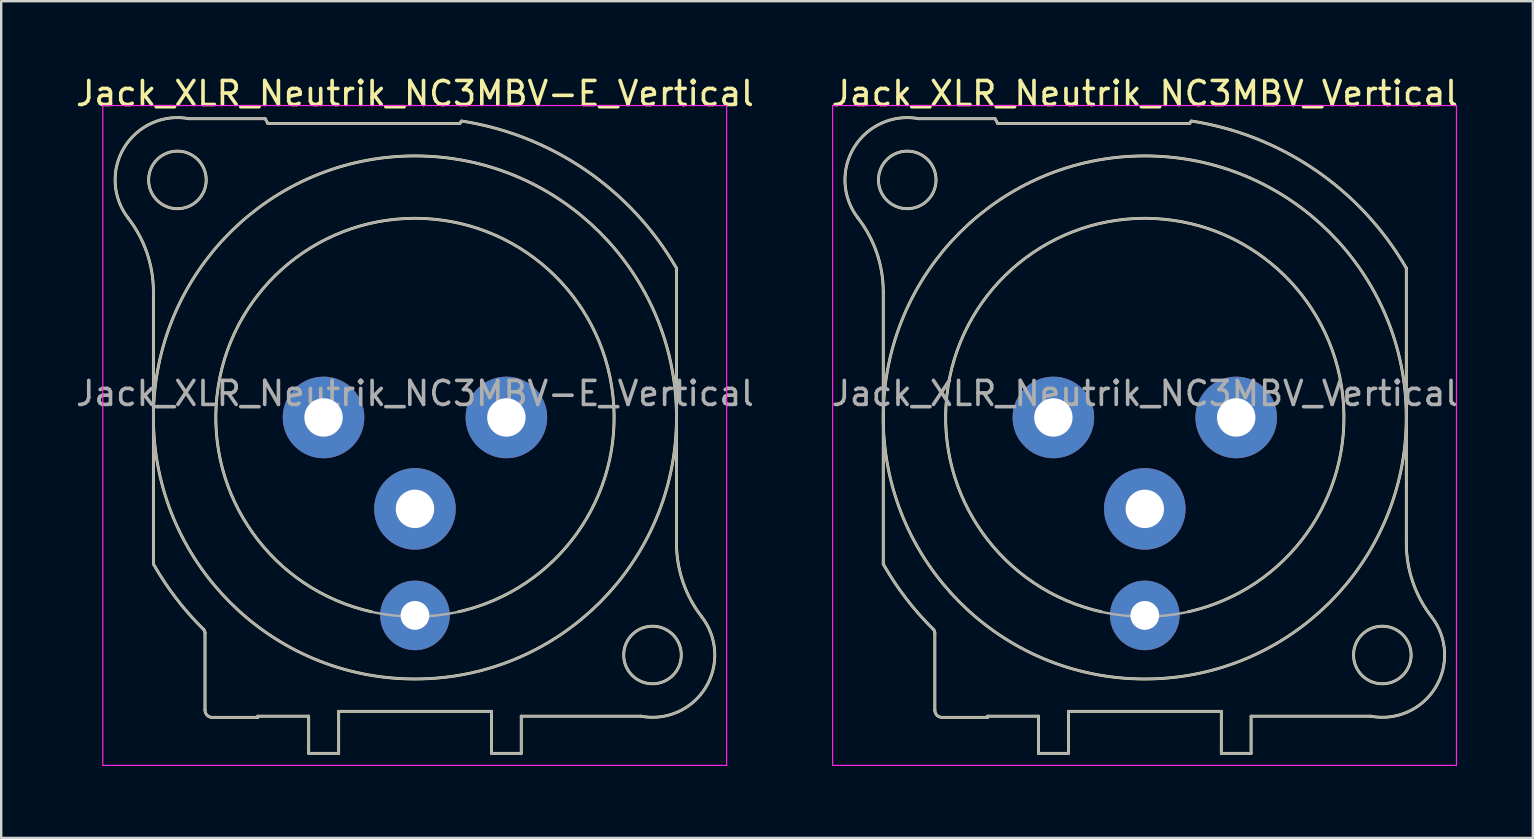
<source format=kicad_pcb>
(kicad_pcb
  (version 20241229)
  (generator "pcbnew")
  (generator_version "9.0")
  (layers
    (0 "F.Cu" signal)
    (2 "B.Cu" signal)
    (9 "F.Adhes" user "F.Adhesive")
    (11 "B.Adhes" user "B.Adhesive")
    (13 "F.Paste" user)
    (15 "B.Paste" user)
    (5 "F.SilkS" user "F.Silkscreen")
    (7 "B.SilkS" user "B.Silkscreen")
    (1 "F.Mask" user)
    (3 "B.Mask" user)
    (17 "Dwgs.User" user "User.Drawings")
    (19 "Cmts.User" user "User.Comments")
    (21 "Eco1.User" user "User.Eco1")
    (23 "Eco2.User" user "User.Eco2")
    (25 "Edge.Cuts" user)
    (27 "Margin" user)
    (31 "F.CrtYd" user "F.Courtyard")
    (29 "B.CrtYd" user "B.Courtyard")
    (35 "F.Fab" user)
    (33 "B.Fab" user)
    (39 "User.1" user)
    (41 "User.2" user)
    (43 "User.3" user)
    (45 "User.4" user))
  (footprint "Jack_XLR_Neutrik_NC3MBV_Vertical"
    (layer "F.Cu")
    (at 40.851 14.348)
    (property "Reference" "Jack_XLR_Neutrik_NC3MBV_Vertical" (at 3.81 -13.5 0) (layer "F.SilkS") (effects (font (size 1 1) (thickness 0.15))))
    (attr through_hole)
    (fp_line (start -7.09 -5.24) (end -7.09 6.11) (stroke (width 0.12) (type solid)) (layer "F.SilkS"))
    (fp_line (start -4.94 12.2) (end -4.94 8.98) (stroke (width 0.12) (type solid)) (layer "F.SilkS"))
    (fp_line (start -4.64 12.5) (end -2.74 12.5) (stroke (width 0.12) (type solid)) (layer "F.SilkS"))
    (fp_line (start -2.74 12.45) (end -0.62 12.45) (stroke (width 0.12) (type solid)) (layer "F.SilkS"))
    (fp_line (start -2.74 12.5) (end -2.74 12.45) (stroke (width 0.12) (type solid)) (layer "F.SilkS"))
    (fp_line (start -2.43 -12.45) (end -5.6 -12.45) (stroke (width 0.12) (type solid)) (layer "F.SilkS"))
    (fp_line (start -2.32 -12.25) (end -2.43 -12.45) (stroke (width 0.12) (type solid)) (layer "F.SilkS"))
    (fp_line (start -0.62 12.45) (end -0.62 14) (stroke (width 0.12) (type solid)) (layer "F.SilkS"))
    (fp_line (start 0.63 12.25) (end 0.63 14) (stroke (width 0.12) (type solid)) (layer "F.SilkS"))
    (fp_line (start 0.63 12.25) (end 7 12.25) (stroke (width 0.12) (type solid)) (layer "F.SilkS"))
    (fp_line (start 0.63 14) (end -0.62 14) (stroke (width 0.12) (type solid)) (layer "F.SilkS"))
    (fp_line (start 5.68 -12.25) (end -2.32 -12.25) (stroke (width 0.12) (type solid)) (layer "F.SilkS"))
    (fp_line (start 5.74 -12.35) (end 5.68 -12.25) (stroke (width 0.12) (type solid)) (layer "F.SilkS"))
    (fp_line (start 7 12.25) (end 7 14) (stroke (width 0.12) (type solid)) (layer "F.SilkS"))
    (fp_line (start 8.24 12.45) (end 8.24 14) (stroke (width 0.12) (type solid)) (layer "F.SilkS"))
    (fp_line (start 8.24 12.45) (end 13.22 12.45) (stroke (width 0.12) (type solid)) (layer "F.SilkS"))
    (fp_line (start 8.24 14) (end 7 14) (stroke (width 0.12) (type solid)) (layer "F.SilkS"))
    (fp_line (start 14.71 5.24) (end 14.71 -6.22) (stroke (width 0.12) (type solid)) (layer "F.SilkS"))
    (fp_arc (start -8.14458 -8.311426) (mid -7.360989 -6.863715) (end -7.09 -5.24) (stroke (width 0.12) (type solid)) (layer "F.SilkS"))
    (fp_arc (start -8.141124 -8.307677) (mid -8.303366 -11.257798) (end -5.6 -12.45) (stroke (width 0.12) (type solid)) (layer "F.SilkS"))
    (fp_arc (start -4.999944 8.832139) (mid -4.954594 8.899835) (end -4.94 8.98) (stroke (width 0.12) (type solid)) (layer "F.SilkS"))
    (fp_arc (start -4.999718 8.833849) (mid -6.1389 7.544091) (end -7.09 6.11) (stroke (width 0.12) (type solid)) (layer "F.SilkS"))
    (fp_arc (start -4.64 12.5) (mid -4.852132 12.412132) (end -4.94 12.2) (stroke (width 0.12) (type solid)) (layer "F.SilkS"))
    (fp_arc (start 2 8.1) (mid 3.809449 -8.299765) (end 5.621075 8.09976) (stroke (width 0.12) (type solid)) (layer "F.SilkS"))
    (fp_arc (start 5.753207 -12.354269) (mid 10.928439 -10.304601) (end 14.71 -6.22) (stroke (width 0.12) (type solid)) (layer "F.SilkS"))
    (fp_arc (start 15.761124 8.307677) (mid 15.923366 11.257798) (end 13.22 12.45) (stroke (width 0.12) (type solid)) (layer "F.SilkS"))
    (fp_arc (start 15.76458 8.311426) (mid 14.980989 6.863715) (end 14.71 5.24) (stroke (width 0.12) (type solid)) (layer "F.SilkS"))
    (fp_circle (center -6.09 -9.9) (end -4.89 -9.9) (stroke (width 0.12) (type solid)) (fill no) (layer "F.SilkS"))
    (fp_circle (center 3.81 0) (end 14.71 0) (stroke (width 0.12) (type solid)) (fill no) (layer "F.SilkS"))
    (fp_circle (center 13.71 9.9) (end 14.91 9.9) (stroke (width 0.12) (type solid)) (fill no) (layer "F.SilkS"))
    (fp_line (start -9.2 -13) (end 16.8 -13) (stroke (width 0.05) (type solid)) (layer "F.CrtYd"))
    (fp_line (start -9.2 14.5) (end -9.2 -13) (stroke (width 0.05) (type solid)) (layer "F.CrtYd"))
    (fp_line (start 16.8 -13) (end 16.8 14.5) (stroke (width 0.05) (type solid)) (layer "F.CrtYd"))
    (fp_line (start 16.8 14.5) (end -9.2 14.5) (stroke (width 0.05) (type solid)) (layer "F.CrtYd"))
    (fp_line (start -7.09 -5.24) (end -7.09 6.11) (stroke (width 0.1) (type solid)) (layer "F.Fab"))
    (fp_line (start -4.94 12.2) (end -4.94 8.98) (stroke (width 0.1) (type solid)) (layer "F.Fab"))
    (fp_line (start -4.64 12.5) (end -2.74 12.5) (stroke (width 0.1) (type solid)) (layer "F.Fab"))
    (fp_line (start -2.74 12.45) (end -0.62 12.45) (stroke (width 0.1) (type solid)) (layer "F.Fab"))
    (fp_line (start -2.74 12.5) (end -2.74 12.45) (stroke (width 0.1) (type solid)) (layer "F.Fab"))
    (fp_line (start -2.43 -12.45) (end -5.6 -12.45) (stroke (width 0.1) (type solid)) (layer "F.Fab"))
    (fp_line (start -2.32 -12.25) (end -2.43 -12.45) (stroke (width 0.1) (type solid)) (layer "F.Fab"))
    (fp_line (start -0.62 12.45) (end -0.62 14) (stroke (width 0.1) (type solid)) (layer "F.Fab"))
    (fp_line (start 0.63 12.25) (end 0.63 14) (stroke (width 0.1) (type solid)) (layer "F.Fab"))
    (fp_line (start 0.63 12.25) (end 7 12.25) (stroke (width 0.1) (type solid)) (layer "F.Fab"))
    (fp_line (start 0.63 14) (end -0.62 14) (stroke (width 0.1) (type solid)) (layer "F.Fab"))
    (fp_line (start 5.68 -12.25) (end -2.32 -12.25) (stroke (width 0.1) (type solid)) (layer "F.Fab"))
    (fp_line (start 5.74 -12.35) (end 5.68 -12.25) (stroke (width 0.1) (type solid)) (layer "F.Fab"))
    (fp_line (start 7 12.25) (end 7 14) (stroke (width 0.1) (type solid)) (layer "F.Fab"))
    (fp_line (start 8.24 12.45) (end 8.24 14) (stroke (width 0.1) (type solid)) (layer "F.Fab"))
    (fp_line (start 8.24 12.45) (end 13.22 12.45) (stroke (width 0.1) (type solid)) (layer "F.Fab"))
    (fp_line (start 8.24 14) (end 7 14) (stroke (width 0.1) (type solid)) (layer "F.Fab"))
    (fp_line (start 14.71 5.24) (end 14.71 -6.22) (stroke (width 0.1) (type solid)) (layer "F.Fab"))
    (fp_arc (start -8.14458 -8.311426) (mid -7.360989 -6.863715) (end -7.09 -5.24) (stroke (width 0.1) (type solid)) (layer "F.Fab"))
    (fp_arc (start -8.141124 -8.307677) (mid -8.303366 -11.257798) (end -5.6 -12.45) (stroke (width 0.1) (type solid)) (layer "F.Fab"))
    (fp_arc (start -4.999944 8.832139) (mid -4.954594 8.899835) (end -4.94 8.98) (stroke (width 0.1) (type solid)) (layer "F.Fab"))
    (fp_arc (start -4.999718 8.833849) (mid -6.1389 7.544091) (end -7.09 6.11) (stroke (width 0.1) (type solid)) (layer "F.Fab"))
    (fp_arc (start -4.64 12.5) (mid -4.852132 12.412132) (end -4.94 12.2) (stroke (width 0.1) (type solid)) (layer "F.Fab"))
    (fp_arc (start 5.753207 -12.354269) (mid 10.928439 -10.304601) (end 14.71 -6.22) (stroke (width 0.1) (type solid)) (layer "F.Fab"))
    (fp_arc (start 15.761124 8.307677) (mid 15.923366 11.257798) (end 13.22 12.45) (stroke (width 0.1) (type solid)) (layer "F.Fab"))
    (fp_arc (start 15.76458 8.311426) (mid 14.980989 6.863715) (end 14.71 5.24) (stroke (width 0.1) (type solid)) (layer "F.Fab"))
    (fp_circle (center -6.09 -9.9) (end -4.89 -9.9) (stroke (width 0.1) (type solid)) (fill no) (layer "F.Fab"))
    (fp_circle (center 3.81 0) (end 12.11 0) (stroke (width 0.1) (type solid)) (fill no) (layer "F.Fab"))
    (fp_circle (center 3.81 0) (end 14.71 0) (stroke (width 0.1) (type solid)) (fill no) (layer "F.Fab"))
    (fp_circle (center 13.71 9.9) (end 14.91 9.9) (stroke (width 0.1) (type solid)) (fill no) (layer "F.Fab"))
    (fp_text user "${REFERENCE}" (at 3.81 -1 0) (layer "F.Fab") (effects (font (size 1 1) (thickness 0.15))))
    (pad "1" thru_hole circle (at 0 0) (size 3.4 3.4) (drill 1.6) (layers "*.Cu" "*.Mask"))
    (pad "2" thru_hole circle (at 7.62 0) (size 3.4 3.4) (drill 1.6) (layers "*.Cu" "*.Mask"))
    (pad "3" thru_hole circle (at 3.81 3.81) (size 3.4 3.4) (drill 1.6) (layers "*.Cu" "*.Mask"))
    (pad "G" thru_hole circle (at 3.81 8.25) (size 2.9 2.9) (drill 1.2) (layers "*.Cu" "*.Mask")))
  (footprint "Jack_XLR_Neutrik_NC3MBV-E_Vertical"
    (layer "F.Cu")
    (at 10.434 14.348)
    (property "Reference" "Jack_XLR_Neutrik_NC3MBV-E_Vertical" (at 3.81 -13.5 0) (layer "F.SilkS") (effects (font (size 1 1) (thickness 0.15))))
    (attr through_hole)
    (fp_line (start -7.09 -5.24) (end -7.09 6.11) (stroke (width 0.12) (type solid)) (layer "F.SilkS"))
    (fp_line (start -4.94 12.2) (end -4.94 8.98) (stroke (width 0.12) (type solid)) (layer "F.SilkS"))
    (fp_line (start -4.64 12.5) (end -2.74 12.5) (stroke (width 0.12) (type solid)) (layer "F.SilkS"))
    (fp_line (start -2.74 12.45) (end -0.62 12.45) (stroke (width 0.12) (type solid)) (layer "F.SilkS"))
    (fp_line (start -2.74 12.5) (end -2.74 12.45) (stroke (width 0.12) (type solid)) (layer "F.SilkS"))
    (fp_line (start -2.43 -12.45) (end -5.6 -12.45) (stroke (width 0.12) (type solid)) (layer "F.SilkS"))
    (fp_line (start -2.32 -12.25) (end -2.43 -12.45) (stroke (width 0.12) (type solid)) (layer "F.SilkS"))
    (fp_line (start -0.62 12.45) (end -0.62 14) (stroke (width 0.12) (type solid)) (layer "F.SilkS"))
    (fp_line (start 0.63 12.25) (end 0.63 14) (stroke (width 0.12) (type solid)) (layer "F.SilkS"))
    (fp_line (start 0.63 12.25) (end 7 12.25) (stroke (width 0.12) (type solid)) (layer "F.SilkS"))
    (fp_line (start 0.63 14) (end -0.62 14) (stroke (width 0.12) (type solid)) (layer "F.SilkS"))
    (fp_line (start 5.68 -12.25) (end -2.32 -12.25) (stroke (width 0.12) (type solid)) (layer "F.SilkS"))
    (fp_line (start 5.74 -12.35) (end 5.68 -12.25) (stroke (width 0.12) (type solid)) (layer "F.SilkS"))
    (fp_line (start 7 12.25) (end 7 14) (stroke (width 0.12) (type solid)) (layer "F.SilkS"))
    (fp_line (start 8.24 12.45) (end 8.24 14) (stroke (width 0.12) (type solid)) (layer "F.SilkS"))
    (fp_line (start 8.24 12.45) (end 13.22 12.45) (stroke (width 0.12) (type solid)) (layer "F.SilkS"))
    (fp_line (start 8.24 14) (end 7 14) (stroke (width 0.12) (type solid)) (layer "F.SilkS"))
    (fp_line (start 14.71 5.24) (end 14.71 -6.22) (stroke (width 0.12) (type solid)) (layer "F.SilkS"))
    (fp_arc (start -8.14458 -8.311426) (mid -7.360989 -6.863715) (end -7.09 -5.24) (stroke (width 0.12) (type solid)) (layer "F.SilkS"))
    (fp_arc (start -8.141124 -8.307677) (mid -8.303366 -11.257798) (end -5.6 -12.45) (stroke (width 0.12) (type solid)) (layer "F.SilkS"))
    (fp_arc (start -4.999944 8.832139) (mid -4.954594 8.899835) (end -4.94 8.98) (stroke (width 0.12) (type solid)) (layer "F.SilkS"))
    (fp_arc (start -4.999718 8.833849) (mid -6.1389 7.544091) (end -7.09 6.11) (stroke (width 0.12) (type solid)) (layer "F.SilkS"))
    (fp_arc (start -4.64 12.5) (mid -4.852132 12.412132) (end -4.94 12.2) (stroke (width 0.12) (type solid)) (layer "F.SilkS"))
    (fp_arc (start 2 8.1) (mid 3.809449 -8.299765) (end 5.621075 8.09976) (stroke (width 0.12) (type solid)) (layer "F.SilkS"))
    (fp_arc (start 5.753207 -12.354269) (mid 10.928439 -10.304601) (end 14.71 -6.22) (stroke (width 0.12) (type solid)) (layer "F.SilkS"))
    (fp_arc (start 15.761124 8.307677) (mid 15.923366 11.257798) (end 13.22 12.45) (stroke (width 0.12) (type solid)) (layer "F.SilkS"))
    (fp_arc (start 15.76458 8.311426) (mid 14.980989 6.863715) (end 14.71 5.24) (stroke (width 0.12) (type solid)) (layer "F.SilkS"))
    (fp_circle (center -6.09 -9.9) (end -4.89 -9.9) (stroke (width 0.12) (type solid)) (fill no) (layer "F.SilkS"))
    (fp_circle (center 3.81 0) (end 14.71 0) (stroke (width 0.12) (type solid)) (fill no) (layer "F.SilkS"))
    (fp_circle (center 13.71 9.9) (end 14.91 9.9) (stroke (width 0.12) (type solid)) (fill no) (layer "F.SilkS"))
    (fp_line (start -9.2 -13) (end 16.8 -13) (stroke (width 0.05) (type solid)) (layer "F.CrtYd"))
    (fp_line (start -9.2 14.5) (end -9.2 -13) (stroke (width 0.05) (type solid)) (layer "F.CrtYd"))
    (fp_line (start 16.8 -13) (end 16.8 14.5) (stroke (width 0.05) (type solid)) (layer "F.CrtYd"))
    (fp_line (start 16.8 14.5) (end -9.2 14.5) (stroke (width 0.05) (type solid)) (layer "F.CrtYd"))
    (fp_line (start -7.09 -5.24) (end -7.09 6.11) (stroke (width 0.1) (type solid)) (layer "F.Fab"))
    (fp_line (start -4.94 12.2) (end -4.94 8.98) (stroke (width 0.1) (type solid)) (layer "F.Fab"))
    (fp_line (start -4.64 12.5) (end -2.74 12.5) (stroke (width 0.1) (type solid)) (layer "F.Fab"))
    (fp_line (start -2.74 12.45) (end -0.62 12.45) (stroke (width 0.1) (type solid)) (layer "F.Fab"))
    (fp_line (start -2.74 12.5) (end -2.74 12.45) (stroke (width 0.1) (type solid)) (layer "F.Fab"))
    (fp_line (start -2.43 -12.45) (end -5.6 -12.45) (stroke (width 0.1) (type solid)) (layer "F.Fab"))
    (fp_line (start -2.32 -12.25) (end -2.43 -12.45) (stroke (width 0.1) (type solid)) (layer "F.Fab"))
    (fp_line (start -0.62 12.45) (end -0.62 14) (stroke (width 0.1) (type solid)) (layer "F.Fab"))
    (fp_line (start 0.63 12.25) (end 0.63 14) (stroke (width 0.1) (type solid)) (layer "F.Fab"))
    (fp_line (start 0.63 12.25) (end 7 12.25) (stroke (width 0.1) (type solid)) (layer "F.Fab"))
    (fp_line (start 0.63 14) (end -0.62 14) (stroke (width 0.1) (type solid)) (layer "F.Fab"))
    (fp_line (start 5.68 -12.25) (end -2.32 -12.25) (stroke (width 0.1) (type solid)) (layer "F.Fab"))
    (fp_line (start 5.74 -12.35) (end 5.68 -12.25) (stroke (width 0.1) (type solid)) (layer "F.Fab"))
    (fp_line (start 7 12.25) (end 7 14) (stroke (width 0.1) (type solid)) (layer "F.Fab"))
    (fp_line (start 8.24 12.45) (end 8.24 14) (stroke (width 0.1) (type solid)) (layer "F.Fab"))
    (fp_line (start 8.24 12.45) (end 13.22 12.45) (stroke (width 0.1) (type solid)) (layer "F.Fab"))
    (fp_line (start 8.24 14) (end 7 14) (stroke (width 0.1) (type solid)) (layer "F.Fab"))
    (fp_line (start 14.71 5.24) (end 14.71 -6.22) (stroke (width 0.1) (type solid)) (layer "F.Fab"))
    (fp_arc (start -8.14458 -8.311426) (mid -7.360989 -6.863715) (end -7.09 -5.24) (stroke (width 0.1) (type solid)) (layer "F.Fab"))
    (fp_arc (start -8.141124 -8.307677) (mid -8.303366 -11.257798) (end -5.6 -12.45) (stroke (width 0.1) (type solid)) (layer "F.Fab"))
    (fp_arc (start -4.999944 8.832139) (mid -4.954594 8.899835) (end -4.94 8.98) (stroke (width 0.1) (type solid)) (layer "F.Fab"))
    (fp_arc (start -4.999718 8.833849) (mid -6.1389 7.544091) (end -7.09 6.11) (stroke (width 0.1) (type solid)) (layer "F.Fab"))
    (fp_arc (start -4.64 12.5) (mid -4.852132 12.412132) (end -4.94 12.2) (stroke (width 0.1) (type solid)) (layer "F.Fab"))
    (fp_arc (start 5.753207 -12.354269) (mid 10.928439 -10.304601) (end 14.71 -6.22) (stroke (width 0.1) (type solid)) (layer "F.Fab"))
    (fp_arc (start 15.761124 8.307677) (mid 15.923366 11.257798) (end 13.22 12.45) (stroke (width 0.1) (type solid)) (layer "F.Fab"))
    (fp_arc (start 15.76458 8.311426) (mid 14.980989 6.863715) (end 14.71 5.24) (stroke (width 0.1) (type solid)) (layer "F.Fab"))
    (fp_circle (center -6.09 -9.9) (end -4.89 -9.9) (stroke (width 0.1) (type solid)) (fill no) (layer "F.Fab"))
    (fp_circle (center 3.81 0) (end 12.11 0) (stroke (width 0.1) (type solid)) (fill no) (layer "F.Fab"))
    (fp_circle (center 3.81 0) (end 14.71 0) (stroke (width 0.1) (type solid)) (fill no) (layer "F.Fab"))
    (fp_circle (center 13.71 9.9) (end 14.91 9.9) (stroke (width 0.1) (type solid)) (fill no) (layer "F.Fab"))
    (fp_text user "${REFERENCE}" (at 3.81 -1 0) (layer "F.Fab") (effects (font (size 1 1) (thickness 0.15))))
    (pad "1" thru_hole circle (at 0 0) (size 3.4 3.4) (drill 1.6) (layers "*.Cu" "*.Mask"))
    (pad "2" thru_hole circle (at 7.62 0) (size 3.4 3.4) (drill 1.6) (layers "*.Cu" "*.Mask"))
    (pad "3" thru_hole circle (at 3.81 3.81) (size 3.4 3.4) (drill 1.6) (layers "*.Cu" "*.Mask"))
    (pad "G" thru_hole circle (at 3.81 8.25) (size 2.9 2.9) (drill 1.2) (layers "*.Cu" "*.Mask")))
  (gr_rect
    (start -3 -3)
    (end 60.833 31.873)
    (stroke (width 0.1) (type default))
    (fill no)
    (layer "Edge.Cuts")))
</source>
